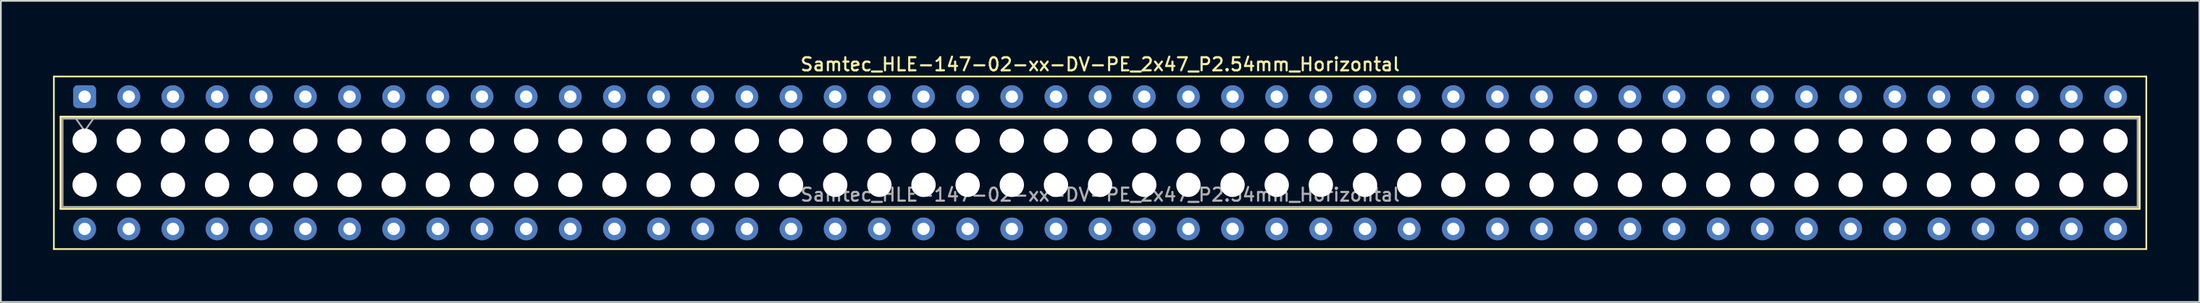
<source format=kicad_pcb>
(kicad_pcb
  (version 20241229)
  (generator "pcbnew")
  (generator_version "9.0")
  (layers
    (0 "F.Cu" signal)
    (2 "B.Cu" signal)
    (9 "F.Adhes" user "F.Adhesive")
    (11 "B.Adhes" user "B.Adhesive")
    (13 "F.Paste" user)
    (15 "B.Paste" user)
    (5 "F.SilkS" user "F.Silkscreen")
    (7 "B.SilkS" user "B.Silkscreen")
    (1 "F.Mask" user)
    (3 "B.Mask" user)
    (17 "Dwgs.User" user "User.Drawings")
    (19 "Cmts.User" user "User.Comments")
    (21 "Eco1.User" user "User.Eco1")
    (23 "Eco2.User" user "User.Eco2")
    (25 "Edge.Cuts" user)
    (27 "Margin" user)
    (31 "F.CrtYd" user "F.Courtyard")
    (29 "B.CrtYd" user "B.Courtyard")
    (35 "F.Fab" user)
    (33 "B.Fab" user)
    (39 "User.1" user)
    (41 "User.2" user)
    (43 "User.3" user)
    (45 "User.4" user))
  (footprint "Samtec_HLE-147-02-xx-DV-PE_2x47_P2.54mm_Horizontal"
    (layer "F.Cu")
    (at 1.82 2.518)
    (property "Reference" "Samtec_HLE-147-02-xx-DV-PE_2x47_P2.54mm_Horizontal" (at 58.42 -1.86 0) (layer "F.SilkS") (effects (font (size 0.75 0.75) (thickness 0.125))))
    (attr through_hole)
    (fp_line (start -1.77 -1.16) (end 118.61 -1.16) (stroke (width 0.1) (type solid)) (layer "F.SilkS"))
    (fp_line (start -1.77 8.78) (end -1.77 -1.16) (stroke (width 0.1) (type solid)) (layer "F.SilkS"))
    (fp_line (start -1.38 1.16) (end 118.22 1.16) (stroke (width 0.12) (type solid)) (layer "F.SilkS"))
    (fp_line (start -1.38 6.46) (end -1.38 1.16) (stroke (width 0.12) (type solid)) (layer "F.SilkS"))
    (fp_line (start 118.22 1.16) (end 118.22 6.46) (stroke (width 0.12) (type solid)) (layer "F.SilkS"))
    (fp_line (start 118.22 6.46) (end -1.38 6.46) (stroke (width 0.12) (type solid)) (layer "F.SilkS"))
    (fp_line (start 118.61 -1.16) (end 118.61 8.78) (stroke (width 0.1) (type solid)) (layer "F.SilkS"))
    (fp_line (start 118.61 8.78) (end -1.77 8.78) (stroke (width 0.1) (type solid)) (layer "F.SilkS"))
    (fp_line (start -1.27 1.27) (end 118.11 1.27) (stroke (width 0.1) (type solid)) (layer "F.Fab"))
    (fp_line (start -1.27 6.35) (end -1.27 1.27) (stroke (width 0.1) (type solid)) (layer "F.Fab"))
    (fp_line (start -0.5 1.27) (end 0 1.977) (stroke (width 0.1) (type solid)) (layer "F.Fab"))
    (fp_line (start 0 1.977) (end 0.5 1.27) (stroke (width 0.1) (type solid)) (layer "F.Fab"))
    (fp_line (start 118.11 1.27) (end 118.11 6.35) (stroke (width 0.1) (type solid)) (layer "F.Fab"))
    (fp_line (start 118.11 6.35) (end -1.27 6.35) (stroke (width 0.1) (type solid)) (layer "F.Fab"))
    (fp_text user "${REFERENCE}" (at 58.42 5.65 0) (layer "F.Fab") (effects (font (size 0.75 0.75) (thickness 0.125))))
    (pad "" np_thru_hole circle (at 0 2.54) (size 1.4 1.4) (drill 1.4) (layers "*.Cu" "*.Mask"))
    (pad "" np_thru_hole circle (at 0 5.08) (size 1.4 1.4) (drill 1.4) (layers "*.Cu" "*.Mask"))
    (pad "" np_thru_hole circle (at 2.54 2.54) (size 1.4 1.4) (drill 1.4) (layers "*.Cu" "*.Mask"))
    (pad "" np_thru_hole circle (at 2.54 5.08) (size 1.4 1.4) (drill 1.4) (layers "*.Cu" "*.Mask"))
    (pad "" np_thru_hole circle (at 5.08 2.54) (size 1.4 1.4) (drill 1.4) (layers "*.Cu" "*.Mask"))
    (pad "" np_thru_hole circle (at 5.08 5.08) (size 1.4 1.4) (drill 1.4) (layers "*.Cu" "*.Mask"))
    (pad "" np_thru_hole circle (at 7.62 2.54) (size 1.4 1.4) (drill 1.4) (layers "*.Cu" "*.Mask"))
    (pad "" np_thru_hole circle (at 7.62 5.08) (size 1.4 1.4) (drill 1.4) (layers "*.Cu" "*.Mask"))
    (pad "" np_thru_hole circle (at 10.16 2.54) (size 1.4 1.4) (drill 1.4) (layers "*.Cu" "*.Mask"))
    (pad "" np_thru_hole circle (at 10.16 5.08) (size 1.4 1.4) (drill 1.4) (layers "*.Cu" "*.Mask"))
    (pad "" np_thru_hole circle (at 12.7 2.54) (size 1.4 1.4) (drill 1.4) (layers "*.Cu" "*.Mask"))
    (pad "" np_thru_hole circle (at 12.7 5.08) (size 1.4 1.4) (drill 1.4) (layers "*.Cu" "*.Mask"))
    (pad "" np_thru_hole circle (at 15.24 2.54) (size 1.4 1.4) (drill 1.4) (layers "*.Cu" "*.Mask"))
    (pad "" np_thru_hole circle (at 15.24 5.08) (size 1.4 1.4) (drill 1.4) (layers "*.Cu" "*.Mask"))
    (pad "" np_thru_hole circle (at 17.78 2.54) (size 1.4 1.4) (drill 1.4) (layers "*.Cu" "*.Mask"))
    (pad "" np_thru_hole circle (at 17.78 5.08) (size 1.4 1.4) (drill 1.4) (layers "*.Cu" "*.Mask"))
    (pad "" np_thru_hole circle (at 20.32 2.54) (size 1.4 1.4) (drill 1.4) (layers "*.Cu" "*.Mask"))
    (pad "" np_thru_hole circle (at 20.32 5.08) (size 1.4 1.4) (drill 1.4) (layers "*.Cu" "*.Mask"))
    (pad "" np_thru_hole circle (at 22.86 2.54) (size 1.4 1.4) (drill 1.4) (layers "*.Cu" "*.Mask"))
    (pad "" np_thru_hole circle (at 22.86 5.08) (size 1.4 1.4) (drill 1.4) (layers "*.Cu" "*.Mask"))
    (pad "" np_thru_hole circle (at 25.4 2.54) (size 1.4 1.4) (drill 1.4) (layers "*.Cu" "*.Mask"))
    (pad "" np_thru_hole circle (at 25.4 5.08) (size 1.4 1.4) (drill 1.4) (layers "*.Cu" "*.Mask"))
    (pad "" np_thru_hole circle (at 27.94 2.54) (size 1.4 1.4) (drill 1.4) (layers "*.Cu" "*.Mask"))
    (pad "" np_thru_hole circle (at 27.94 5.08) (size 1.4 1.4) (drill 1.4) (layers "*.Cu" "*.Mask"))
    (pad "" np_thru_hole circle (at 30.48 2.54) (size 1.4 1.4) (drill 1.4) (layers "*.Cu" "*.Mask"))
    (pad "" np_thru_hole circle (at 30.48 5.08) (size 1.4 1.4) (drill 1.4) (layers "*.Cu" "*.Mask"))
    (pad "" np_thru_hole circle (at 33.02 2.54) (size 1.4 1.4) (drill 1.4) (layers "*.Cu" "*.Mask"))
    (pad "" np_thru_hole circle (at 33.02 5.08) (size 1.4 1.4) (drill 1.4) (layers "*.Cu" "*.Mask"))
    (pad "" np_thru_hole circle (at 35.56 2.54) (size 1.4 1.4) (drill 1.4) (layers "*.Cu" "*.Mask"))
    (pad "" np_thru_hole circle (at 35.56 5.08) (size 1.4 1.4) (drill 1.4) (layers "*.Cu" "*.Mask"))
    (pad "" np_thru_hole circle (at 38.1 2.54) (size 1.4 1.4) (drill 1.4) (layers "*.Cu" "*.Mask"))
    (pad "" np_thru_hole circle (at 38.1 5.08) (size 1.4 1.4) (drill 1.4) (layers "*.Cu" "*.Mask"))
    (pad "" np_thru_hole circle (at 40.64 2.54) (size 1.4 1.4) (drill 1.4) (layers "*.Cu" "*.Mask"))
    (pad "" np_thru_hole circle (at 40.64 5.08) (size 1.4 1.4) (drill 1.4) (layers "*.Cu" "*.Mask"))
    (pad "" np_thru_hole circle (at 43.18 2.54) (size 1.4 1.4) (drill 1.4) (layers "*.Cu" "*.Mask"))
    (pad "" np_thru_hole circle (at 43.18 5.08) (size 1.4 1.4) (drill 1.4) (layers "*.Cu" "*.Mask"))
    (pad "" np_thru_hole circle (at 45.72 2.54) (size 1.4 1.4) (drill 1.4) (layers "*.Cu" "*.Mask"))
    (pad "" np_thru_hole circle (at 45.72 5.08) (size 1.4 1.4) (drill 1.4) (layers "*.Cu" "*.Mask"))
    (pad "" np_thru_hole circle (at 48.26 2.54) (size 1.4 1.4) (drill 1.4) (layers "*.Cu" "*.Mask"))
    (pad "" np_thru_hole circle (at 48.26 5.08) (size 1.4 1.4) (drill 1.4) (layers "*.Cu" "*.Mask"))
    (pad "" np_thru_hole circle (at 50.8 2.54) (size 1.4 1.4) (drill 1.4) (layers "*.Cu" "*.Mask"))
    (pad "" np_thru_hole circle (at 50.8 5.08) (size 1.4 1.4) (drill 1.4) (layers "*.Cu" "*.Mask"))
    (pad "" np_thru_hole circle (at 53.34 2.54) (size 1.4 1.4) (drill 1.4) (layers "*.Cu" "*.Mask"))
    (pad "" np_thru_hole circle (at 53.34 5.08) (size 1.4 1.4) (drill 1.4) (layers "*.Cu" "*.Mask"))
    (pad "" np_thru_hole circle (at 55.88 2.54) (size 1.4 1.4) (drill 1.4) (layers "*.Cu" "*.Mask"))
    (pad "" np_thru_hole circle (at 55.88 5.08) (size 1.4 1.4) (drill 1.4) (layers "*.Cu" "*.Mask"))
    (pad "" np_thru_hole circle (at 58.42 2.54) (size 1.4 1.4) (drill 1.4) (layers "*.Cu" "*.Mask"))
    (pad "" np_thru_hole circle (at 58.42 5.08) (size 1.4 1.4) (drill 1.4) (layers "*.Cu" "*.Mask"))
    (pad "" np_thru_hole circle (at 60.96 2.54) (size 1.4 1.4) (drill 1.4) (layers "*.Cu" "*.Mask"))
    (pad "" np_thru_hole circle (at 60.96 5.08) (size 1.4 1.4) (drill 1.4) (layers "*.Cu" "*.Mask"))
    (pad "" np_thru_hole circle (at 63.5 2.54) (size 1.4 1.4) (drill 1.4) (layers "*.Cu" "*.Mask"))
    (pad "" np_thru_hole circle (at 63.5 5.08) (size 1.4 1.4) (drill 1.4) (layers "*.Cu" "*.Mask"))
    (pad "" np_thru_hole circle (at 66.04 2.54) (size 1.4 1.4) (drill 1.4) (layers "*.Cu" "*.Mask"))
    (pad "" np_thru_hole circle (at 66.04 5.08) (size 1.4 1.4) (drill 1.4) (layers "*.Cu" "*.Mask"))
    (pad "" np_thru_hole circle (at 68.58 2.54) (size 1.4 1.4) (drill 1.4) (layers "*.Cu" "*.Mask"))
    (pad "" np_thru_hole circle (at 68.58 5.08) (size 1.4 1.4) (drill 1.4) (layers "*.Cu" "*.Mask"))
    (pad "" np_thru_hole circle (at 71.12 2.54) (size 1.4 1.4) (drill 1.4) (layers "*.Cu" "*.Mask"))
    (pad "" np_thru_hole circle (at 71.12 5.08) (size 1.4 1.4) (drill 1.4) (layers "*.Cu" "*.Mask"))
    (pad "" np_thru_hole circle (at 73.66 2.54) (size 1.4 1.4) (drill 1.4) (layers "*.Cu" "*.Mask"))
    (pad "" np_thru_hole circle (at 73.66 5.08) (size 1.4 1.4) (drill 1.4) (layers "*.Cu" "*.Mask"))
    (pad "" np_thru_hole circle (at 76.2 2.54) (size 1.4 1.4) (drill 1.4) (layers "*.Cu" "*.Mask"))
    (pad "" np_thru_hole circle (at 76.2 5.08) (size 1.4 1.4) (drill 1.4) (layers "*.Cu" "*.Mask"))
    (pad "" np_thru_hole circle (at 78.74 2.54) (size 1.4 1.4) (drill 1.4) (layers "*.Cu" "*.Mask"))
    (pad "" np_thru_hole circle (at 78.74 5.08) (size 1.4 1.4) (drill 1.4) (layers "*.Cu" "*.Mask"))
    (pad "" np_thru_hole circle (at 81.28 2.54) (size 1.4 1.4) (drill 1.4) (layers "*.Cu" "*.Mask"))
    (pad "" np_thru_hole circle (at 81.28 5.08) (size 1.4 1.4) (drill 1.4) (layers "*.Cu" "*.Mask"))
    (pad "" np_thru_hole circle (at 83.82 2.54) (size 1.4 1.4) (drill 1.4) (layers "*.Cu" "*.Mask"))
    (pad "" np_thru_hole circle (at 83.82 5.08) (size 1.4 1.4) (drill 1.4) (layers "*.Cu" "*.Mask"))
    (pad "" np_thru_hole circle (at 86.36 2.54) (size 1.4 1.4) (drill 1.4) (layers "*.Cu" "*.Mask"))
    (pad "" np_thru_hole circle (at 86.36 5.08) (size 1.4 1.4) (drill 1.4) (layers "*.Cu" "*.Mask"))
    (pad "" np_thru_hole circle (at 88.9 2.54) (size 1.4 1.4) (drill 1.4) (layers "*.Cu" "*.Mask"))
    (pad "" np_thru_hole circle (at 88.9 5.08) (size 1.4 1.4) (drill 1.4) (layers "*.Cu" "*.Mask"))
    (pad "" np_thru_hole circle (at 91.44 2.54) (size 1.4 1.4) (drill 1.4) (layers "*.Cu" "*.Mask"))
    (pad "" np_thru_hole circle (at 91.44 5.08) (size 1.4 1.4) (drill 1.4) (layers "*.Cu" "*.Mask"))
    (pad "" np_thru_hole circle (at 93.98 2.54) (size 1.4 1.4) (drill 1.4) (layers "*.Cu" "*.Mask"))
    (pad "" np_thru_hole circle (at 93.98 5.08) (size 1.4 1.4) (drill 1.4) (layers "*.Cu" "*.Mask"))
    (pad "" np_thru_hole circle (at 96.52 2.54) (size 1.4 1.4) (drill 1.4) (layers "*.Cu" "*.Mask"))
    (pad "" np_thru_hole circle (at 96.52 5.08) (size 1.4 1.4) (drill 1.4) (layers "*.Cu" "*.Mask"))
    (pad "" np_thru_hole circle (at 99.06 2.54) (size 1.4 1.4) (drill 1.4) (layers "*.Cu" "*.Mask"))
    (pad "" np_thru_hole circle (at 99.06 5.08) (size 1.4 1.4) (drill 1.4) (layers "*.Cu" "*.Mask"))
    (pad "" np_thru_hole circle (at 101.6 2.54) (size 1.4 1.4) (drill 1.4) (layers "*.Cu" "*.Mask"))
    (pad "" np_thru_hole circle (at 101.6 5.08) (size 1.4 1.4) (drill 1.4) (layers "*.Cu" "*.Mask"))
    (pad "" np_thru_hole circle (at 104.14 2.54) (size 1.4 1.4) (drill 1.4) (layers "*.Cu" "*.Mask"))
    (pad "" np_thru_hole circle (at 104.14 5.08) (size 1.4 1.4) (drill 1.4) (layers "*.Cu" "*.Mask"))
    (pad "" np_thru_hole circle (at 106.68 2.54) (size 1.4 1.4) (drill 1.4) (layers "*.Cu" "*.Mask"))
    (pad "" np_thru_hole circle (at 106.68 5.08) (size 1.4 1.4) (drill 1.4) (layers "*.Cu" "*.Mask"))
    (pad "" np_thru_hole circle (at 109.22 2.54) (size 1.4 1.4) (drill 1.4) (layers "*.Cu" "*.Mask"))
    (pad "" np_thru_hole circle (at 109.22 5.08) (size 1.4 1.4) (drill 1.4) (layers "*.Cu" "*.Mask"))
    (pad "" np_thru_hole circle (at 111.76 2.54) (size 1.4 1.4) (drill 1.4) (layers "*.Cu" "*.Mask"))
    (pad "" np_thru_hole circle (at 111.76 5.08) (size 1.4 1.4) (drill 1.4) (layers "*.Cu" "*.Mask"))
    (pad "" np_thru_hole circle (at 114.3 2.54) (size 1.4 1.4) (drill 1.4) (layers "*.Cu" "*.Mask"))
    (pad "" np_thru_hole circle (at 114.3 5.08) (size 1.4 1.4) (drill 1.4) (layers "*.Cu" "*.Mask"))
    (pad "" np_thru_hole circle (at 116.84 2.54) (size 1.4 1.4) (drill 1.4) (layers "*.Cu" "*.Mask"))
    (pad "" np_thru_hole circle (at 116.84 5.08) (size 1.4 1.4) (drill 1.4) (layers "*.Cu" "*.Mask"))
    (pad "1" thru_hole roundrect (at 0 0) (size 1.31 1.31) (drill 0.71) (layers "*.Cu" "*.Mask") (roundrect_rratio 0.191))
    (pad "2" thru_hole circle (at 0 7.62) (size 1.31 1.31) (drill 0.71) (layers "*.Cu" "*.Mask"))
    (pad "3" thru_hole circle (at 2.54 0) (size 1.31 1.31) (drill 0.71) (layers "*.Cu" "*.Mask"))
    (pad "4" thru_hole circle (at 2.54 7.62) (size 1.31 1.31) (drill 0.71) (layers "*.Cu" "*.Mask"))
    (pad "5" thru_hole circle (at 5.08 0) (size 1.31 1.31) (drill 0.71) (layers "*.Cu" "*.Mask"))
    (pad "6" thru_hole circle (at 5.08 7.62) (size 1.31 1.31) (drill 0.71) (layers "*.Cu" "*.Mask"))
    (pad "7" thru_hole circle (at 7.62 0) (size 1.31 1.31) (drill 0.71) (layers "*.Cu" "*.Mask"))
    (pad "8" thru_hole circle (at 7.62 7.62) (size 1.31 1.31) (drill 0.71) (layers "*.Cu" "*.Mask"))
    (pad "9" thru_hole circle (at 10.16 0) (size 1.31 1.31) (drill 0.71) (layers "*.Cu" "*.Mask"))
    (pad "10" thru_hole circle (at 10.16 7.62) (size 1.31 1.31) (drill 0.71) (layers "*.Cu" "*.Mask"))
    (pad "11" thru_hole circle (at 12.7 0) (size 1.31 1.31) (drill 0.71) (layers "*.Cu" "*.Mask"))
    (pad "12" thru_hole circle (at 12.7 7.62) (size 1.31 1.31) (drill 0.71) (layers "*.Cu" "*.Mask"))
    (pad "13" thru_hole circle (at 15.24 0) (size 1.31 1.31) (drill 0.71) (layers "*.Cu" "*.Mask"))
    (pad "14" thru_hole circle (at 15.24 7.62) (size 1.31 1.31) (drill 0.71) (layers "*.Cu" "*.Mask"))
    (pad "15" thru_hole circle (at 17.78 0) (size 1.31 1.31) (drill 0.71) (layers "*.Cu" "*.Mask"))
    (pad "16" thru_hole circle (at 17.78 7.62) (size 1.31 1.31) (drill 0.71) (layers "*.Cu" "*.Mask"))
    (pad "17" thru_hole circle (at 20.32 0) (size 1.31 1.31) (drill 0.71) (layers "*.Cu" "*.Mask"))
    (pad "18" thru_hole circle (at 20.32 7.62) (size 1.31 1.31) (drill 0.71) (layers "*.Cu" "*.Mask"))
    (pad "19" thru_hole circle (at 22.86 0) (size 1.31 1.31) (drill 0.71) (layers "*.Cu" "*.Mask"))
    (pad "20" thru_hole circle (at 22.86 7.62) (size 1.31 1.31) (drill 0.71) (layers "*.Cu" "*.Mask"))
    (pad "21" thru_hole circle (at 25.4 0) (size 1.31 1.31) (drill 0.71) (layers "*.Cu" "*.Mask"))
    (pad "22" thru_hole circle (at 25.4 7.62) (size 1.31 1.31) (drill 0.71) (layers "*.Cu" "*.Mask"))
    (pad "23" thru_hole circle (at 27.94 0) (size 1.31 1.31) (drill 0.71) (layers "*.Cu" "*.Mask"))
    (pad "24" thru_hole circle (at 27.94 7.62) (size 1.31 1.31) (drill 0.71) (layers "*.Cu" "*.Mask"))
    (pad "25" thru_hole circle (at 30.48 0) (size 1.31 1.31) (drill 0.71) (layers "*.Cu" "*.Mask"))
    (pad "26" thru_hole circle (at 30.48 7.62) (size 1.31 1.31) (drill 0.71) (layers "*.Cu" "*.Mask"))
    (pad "27" thru_hole circle (at 33.02 0) (size 1.31 1.31) (drill 0.71) (layers "*.Cu" "*.Mask"))
    (pad "28" thru_hole circle (at 33.02 7.62) (size 1.31 1.31) (drill 0.71) (layers "*.Cu" "*.Mask"))
    (pad "29" thru_hole circle (at 35.56 0) (size 1.31 1.31) (drill 0.71) (layers "*.Cu" "*.Mask"))
    (pad "30" thru_hole circle (at 35.56 7.62) (size 1.31 1.31) (drill 0.71) (layers "*.Cu" "*.Mask"))
    (pad "31" thru_hole circle (at 38.1 0) (size 1.31 1.31) (drill 0.71) (layers "*.Cu" "*.Mask"))
    (pad "32" thru_hole circle (at 38.1 7.62) (size 1.31 1.31) (drill 0.71) (layers "*.Cu" "*.Mask"))
    (pad "33" thru_hole circle (at 40.64 0) (size 1.31 1.31) (drill 0.71) (layers "*.Cu" "*.Mask"))
    (pad "34" thru_hole circle (at 40.64 7.62) (size 1.31 1.31) (drill 0.71) (layers "*.Cu" "*.Mask"))
    (pad "35" thru_hole circle (at 43.18 0) (size 1.31 1.31) (drill 0.71) (layers "*.Cu" "*.Mask"))
    (pad "36" thru_hole circle (at 43.18 7.62) (size 1.31 1.31) (drill 0.71) (layers "*.Cu" "*.Mask"))
    (pad "37" thru_hole circle (at 45.72 0) (size 1.31 1.31) (drill 0.71) (layers "*.Cu" "*.Mask"))
    (pad "38" thru_hole circle (at 45.72 7.62) (size 1.31 1.31) (drill 0.71) (layers "*.Cu" "*.Mask"))
    (pad "39" thru_hole circle (at 48.26 0) (size 1.31 1.31) (drill 0.71) (layers "*.Cu" "*.Mask"))
    (pad "40" thru_hole circle (at 48.26 7.62) (size 1.31 1.31) (drill 0.71) (layers "*.Cu" "*.Mask"))
    (pad "41" thru_hole circle (at 50.8 0) (size 1.31 1.31) (drill 0.71) (layers "*.Cu" "*.Mask"))
    (pad "42" thru_hole circle (at 50.8 7.62) (size 1.31 1.31) (drill 0.71) (layers "*.Cu" "*.Mask"))
    (pad "43" thru_hole circle (at 53.34 0) (size 1.31 1.31) (drill 0.71) (layers "*.Cu" "*.Mask"))
    (pad "44" thru_hole circle (at 53.34 7.62) (size 1.31 1.31) (drill 0.71) (layers "*.Cu" "*.Mask"))
    (pad "45" thru_hole circle (at 55.88 0) (size 1.31 1.31) (drill 0.71) (layers "*.Cu" "*.Mask"))
    (pad "46" thru_hole circle (at 55.88 7.62) (size 1.31 1.31) (drill 0.71) (layers "*.Cu" "*.Mask"))
    (pad "47" thru_hole circle (at 58.42 0) (size 1.31 1.31) (drill 0.71) (layers "*.Cu" "*.Mask"))
    (pad "48" thru_hole circle (at 58.42 7.62) (size 1.31 1.31) (drill 0.71) (layers "*.Cu" "*.Mask"))
    (pad "49" thru_hole circle (at 60.96 0) (size 1.31 1.31) (drill 0.71) (layers "*.Cu" "*.Mask"))
    (pad "50" thru_hole circle (at 60.96 7.62) (size 1.31 1.31) (drill 0.71) (layers "*.Cu" "*.Mask"))
    (pad "51" thru_hole circle (at 63.5 0) (size 1.31 1.31) (drill 0.71) (layers "*.Cu" "*.Mask"))
    (pad "52" thru_hole circle (at 63.5 7.62) (size 1.31 1.31) (drill 0.71) (layers "*.Cu" "*.Mask"))
    (pad "53" thru_hole circle (at 66.04 0) (size 1.31 1.31) (drill 0.71) (layers "*.Cu" "*.Mask"))
    (pad "54" thru_hole circle (at 66.04 7.62) (size 1.31 1.31) (drill 0.71) (layers "*.Cu" "*.Mask"))
    (pad "55" thru_hole circle (at 68.58 0) (size 1.31 1.31) (drill 0.71) (layers "*.Cu" "*.Mask"))
    (pad "56" thru_hole circle (at 68.58 7.62) (size 1.31 1.31) (drill 0.71) (layers "*.Cu" "*.Mask"))
    (pad "57" thru_hole circle (at 71.12 0) (size 1.31 1.31) (drill 0.71) (layers "*.Cu" "*.Mask"))
    (pad "58" thru_hole circle (at 71.12 7.62) (size 1.31 1.31) (drill 0.71) (layers "*.Cu" "*.Mask"))
    (pad "59" thru_hole circle (at 73.66 0) (size 1.31 1.31) (drill 0.71) (layers "*.Cu" "*.Mask"))
    (pad "60" thru_hole circle (at 73.66 7.62) (size 1.31 1.31) (drill 0.71) (layers "*.Cu" "*.Mask"))
    (pad "61" thru_hole circle (at 76.2 0) (size 1.31 1.31) (drill 0.71) (layers "*.Cu" "*.Mask"))
    (pad "62" thru_hole circle (at 76.2 7.62) (size 1.31 1.31) (drill 0.71) (layers "*.Cu" "*.Mask"))
    (pad "63" thru_hole circle (at 78.74 0) (size 1.31 1.31) (drill 0.71) (layers "*.Cu" "*.Mask"))
    (pad "64" thru_hole circle (at 78.74 7.62) (size 1.31 1.31) (drill 0.71) (layers "*.Cu" "*.Mask"))
    (pad "65" thru_hole circle (at 81.28 0) (size 1.31 1.31) (drill 0.71) (layers "*.Cu" "*.Mask"))
    (pad "66" thru_hole circle (at 81.28 7.62) (size 1.31 1.31) (drill 0.71) (layers "*.Cu" "*.Mask"))
    (pad "67" thru_hole circle (at 83.82 0) (size 1.31 1.31) (drill 0.71) (layers "*.Cu" "*.Mask"))
    (pad "68" thru_hole circle (at 83.82 7.62) (size 1.31 1.31) (drill 0.71) (layers "*.Cu" "*.Mask"))
    (pad "69" thru_hole circle (at 86.36 0) (size 1.31 1.31) (drill 0.71) (layers "*.Cu" "*.Mask"))
    (pad "70" thru_hole circle (at 86.36 7.62) (size 1.31 1.31) (drill 0.71) (layers "*.Cu" "*.Mask"))
    (pad "71" thru_hole circle (at 88.9 0) (size 1.31 1.31) (drill 0.71) (layers "*.Cu" "*.Mask"))
    (pad "72" thru_hole circle (at 88.9 7.62) (size 1.31 1.31) (drill 0.71) (layers "*.Cu" "*.Mask"))
    (pad "73" thru_hole circle (at 91.44 0) (size 1.31 1.31) (drill 0.71) (layers "*.Cu" "*.Mask"))
    (pad "74" thru_hole circle (at 91.44 7.62) (size 1.31 1.31) (drill 0.71) (layers "*.Cu" "*.Mask"))
    (pad "75" thru_hole circle (at 93.98 0) (size 1.31 1.31) (drill 0.71) (layers "*.Cu" "*.Mask"))
    (pad "76" thru_hole circle (at 93.98 7.62) (size 1.31 1.31) (drill 0.71) (layers "*.Cu" "*.Mask"))
    (pad "77" thru_hole circle (at 96.52 0) (size 1.31 1.31) (drill 0.71) (layers "*.Cu" "*.Mask"))
    (pad "78" thru_hole circle (at 96.52 7.62) (size 1.31 1.31) (drill 0.71) (layers "*.Cu" "*.Mask"))
    (pad "79" thru_hole circle (at 99.06 0) (size 1.31 1.31) (drill 0.71) (layers "*.Cu" "*.Mask"))
    (pad "80" thru_hole circle (at 99.06 7.62) (size 1.31 1.31) (drill 0.71) (layers "*.Cu" "*.Mask"))
    (pad "81" thru_hole circle (at 101.6 0) (size 1.31 1.31) (drill 0.71) (layers "*.Cu" "*.Mask"))
    (pad "82" thru_hole circle (at 101.6 7.62) (size 1.31 1.31) (drill 0.71) (layers "*.Cu" "*.Mask"))
    (pad "83" thru_hole circle (at 104.14 0) (size 1.31 1.31) (drill 0.71) (layers "*.Cu" "*.Mask"))
    (pad "84" thru_hole circle (at 104.14 7.62) (size 1.31 1.31) (drill 0.71) (layers "*.Cu" "*.Mask"))
    (pad "85" thru_hole circle (at 106.68 0) (size 1.31 1.31) (drill 0.71) (layers "*.Cu" "*.Mask"))
    (pad "86" thru_hole circle (at 106.68 7.62) (size 1.31 1.31) (drill 0.71) (layers "*.Cu" "*.Mask"))
    (pad "87" thru_hole circle (at 109.22 0) (size 1.31 1.31) (drill 0.71) (layers "*.Cu" "*.Mask"))
    (pad "88" thru_hole circle (at 109.22 7.62) (size 1.31 1.31) (drill 0.71) (layers "*.Cu" "*.Mask"))
    (pad "89" thru_hole circle (at 111.76 0) (size 1.31 1.31) (drill 0.71) (layers "*.Cu" "*.Mask"))
    (pad "90" thru_hole circle (at 111.76 7.62) (size 1.31 1.31) (drill 0.71) (layers "*.Cu" "*.Mask"))
    (pad "91" thru_hole circle (at 114.3 0) (size 1.31 1.31) (drill 0.71) (layers "*.Cu" "*.Mask"))
    (pad "92" thru_hole circle (at 114.3 7.62) (size 1.31 1.31) (drill 0.71) (layers "*.Cu" "*.Mask"))
    (pad "93" thru_hole circle (at 116.84 0) (size 1.31 1.31) (drill 0.71) (layers "*.Cu" "*.Mask"))
    (pad "94" thru_hole circle (at 116.84 7.62) (size 1.31 1.31) (drill 0.71) (layers "*.Cu" "*.Mask")))
  (gr_rect
    (start -3 -3)
    (end 123.48 14.348)
    (stroke (width 0.1) (type default))
    (fill no)
    (layer "Edge.Cuts")))
</source>
